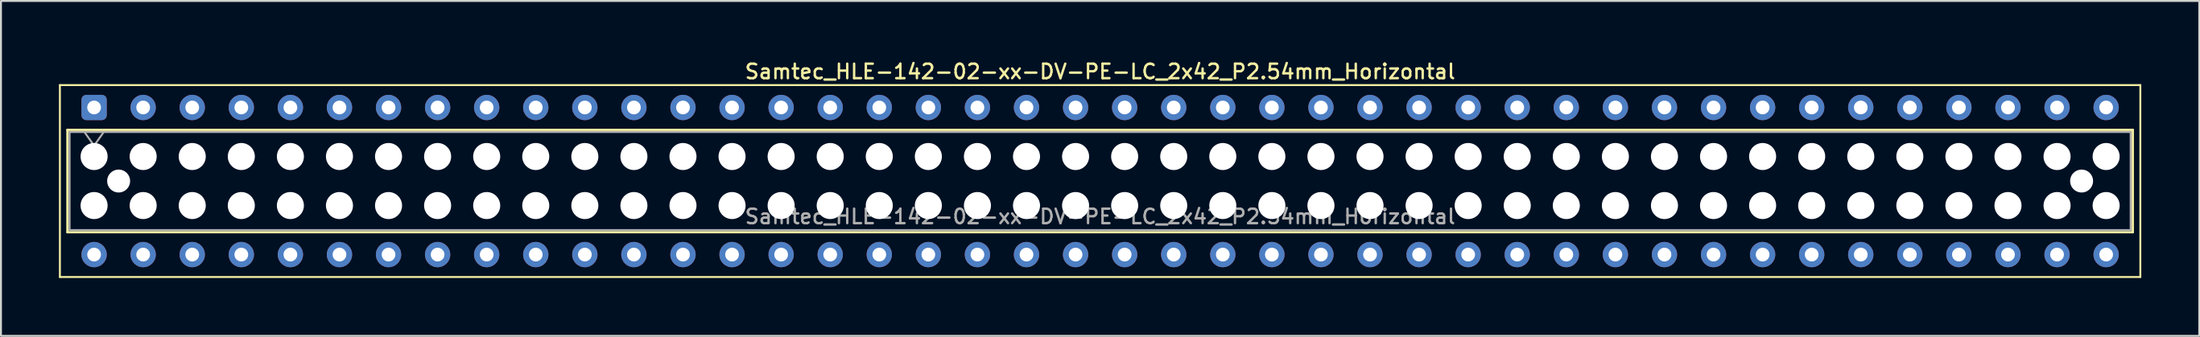
<source format=kicad_pcb>
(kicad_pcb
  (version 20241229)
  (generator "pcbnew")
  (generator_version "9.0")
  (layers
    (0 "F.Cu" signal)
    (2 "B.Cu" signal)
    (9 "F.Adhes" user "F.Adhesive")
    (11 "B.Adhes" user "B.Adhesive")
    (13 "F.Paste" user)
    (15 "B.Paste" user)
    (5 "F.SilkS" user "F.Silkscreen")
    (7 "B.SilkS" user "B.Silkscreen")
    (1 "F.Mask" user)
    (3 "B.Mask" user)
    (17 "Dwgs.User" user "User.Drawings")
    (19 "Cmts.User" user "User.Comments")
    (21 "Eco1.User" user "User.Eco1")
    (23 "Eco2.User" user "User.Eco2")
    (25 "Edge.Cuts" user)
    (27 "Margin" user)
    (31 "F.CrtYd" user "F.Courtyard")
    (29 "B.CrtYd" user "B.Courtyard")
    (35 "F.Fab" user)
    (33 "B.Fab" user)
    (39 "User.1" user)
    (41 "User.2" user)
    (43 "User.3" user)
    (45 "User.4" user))
  (footprint "Samtec_HLE-142-02-xx-DV-PE-LC_2x42_P2.54mm_Horizontal"
    (layer "F.Cu")
    (at 1.82 2.518)
    (property "Reference" "Samtec_HLE-142-02-xx-DV-PE-LC_2x42_P2.54mm_Horizontal" (at 52.07 -1.86 0) (layer "F.SilkS") (effects (font (size 0.75 0.75) (thickness 0.125))))
    (attr through_hole)
    (fp_line (start -1.77 -1.16) (end 105.91 -1.16) (stroke (width 0.1) (type solid)) (layer "F.SilkS"))
    (fp_line (start -1.77 8.78) (end -1.77 -1.16) (stroke (width 0.1) (type solid)) (layer "F.SilkS"))
    (fp_line (start -1.38 1.16) (end 105.52 1.16) (stroke (width 0.12) (type solid)) (layer "F.SilkS"))
    (fp_line (start -1.38 6.46) (end -1.38 1.16) (stroke (width 0.12) (type solid)) (layer "F.SilkS"))
    (fp_line (start 105.52 1.16) (end 105.52 6.46) (stroke (width 0.12) (type solid)) (layer "F.SilkS"))
    (fp_line (start 105.52 6.46) (end -1.38 6.46) (stroke (width 0.12) (type solid)) (layer "F.SilkS"))
    (fp_line (start 105.91 -1.16) (end 105.91 8.78) (stroke (width 0.1) (type solid)) (layer "F.SilkS"))
    (fp_line (start 105.91 8.78) (end -1.77 8.78) (stroke (width 0.1) (type solid)) (layer "F.SilkS"))
    (fp_line (start -1.27 1.27) (end 105.41 1.27) (stroke (width 0.1) (type solid)) (layer "F.Fab"))
    (fp_line (start -1.27 6.35) (end -1.27 1.27) (stroke (width 0.1) (type solid)) (layer "F.Fab"))
    (fp_line (start -0.5 1.27) (end 0 1.977) (stroke (width 0.1) (type solid)) (layer "F.Fab"))
    (fp_line (start 0 1.977) (end 0.5 1.27) (stroke (width 0.1) (type solid)) (layer "F.Fab"))
    (fp_line (start 105.41 1.27) (end 105.41 6.35) (stroke (width 0.1) (type solid)) (layer "F.Fab"))
    (fp_line (start 105.41 6.35) (end -1.27 6.35) (stroke (width 0.1) (type solid)) (layer "F.Fab"))
    (fp_text user "${REFERENCE}" (at 52.07 5.65 0) (layer "F.Fab") (effects (font (size 0.75 0.75) (thickness 0.125))))
    (pad "" np_thru_hole circle (at 0 2.54) (size 1.4 1.4) (drill 1.4) (layers "*.Cu" "*.Mask"))
    (pad "" np_thru_hole circle (at 0 5.08) (size 1.4 1.4) (drill 1.4) (layers "*.Cu" "*.Mask"))
    (pad "" np_thru_hole circle (at 1.27 3.81) (size 1.19 1.19) (drill 1.19) (layers "*.Cu" "*.Mask"))
    (pad "" np_thru_hole circle (at 2.54 2.54) (size 1.4 1.4) (drill 1.4) (layers "*.Cu" "*.Mask"))
    (pad "" np_thru_hole circle (at 2.54 5.08) (size 1.4 1.4) (drill 1.4) (layers "*.Cu" "*.Mask"))
    (pad "" np_thru_hole circle (at 5.08 2.54) (size 1.4 1.4) (drill 1.4) (layers "*.Cu" "*.Mask"))
    (pad "" np_thru_hole circle (at 5.08 5.08) (size 1.4 1.4) (drill 1.4) (layers "*.Cu" "*.Mask"))
    (pad "" np_thru_hole circle (at 7.62 2.54) (size 1.4 1.4) (drill 1.4) (layers "*.Cu" "*.Mask"))
    (pad "" np_thru_hole circle (at 7.62 5.08) (size 1.4 1.4) (drill 1.4) (layers "*.Cu" "*.Mask"))
    (pad "" np_thru_hole circle (at 10.16 2.54) (size 1.4 1.4) (drill 1.4) (layers "*.Cu" "*.Mask"))
    (pad "" np_thru_hole circle (at 10.16 5.08) (size 1.4 1.4) (drill 1.4) (layers "*.Cu" "*.Mask"))
    (pad "" np_thru_hole circle (at 12.7 2.54) (size 1.4 1.4) (drill 1.4) (layers "*.Cu" "*.Mask"))
    (pad "" np_thru_hole circle (at 12.7 5.08) (size 1.4 1.4) (drill 1.4) (layers "*.Cu" "*.Mask"))
    (pad "" np_thru_hole circle (at 15.24 2.54) (size 1.4 1.4) (drill 1.4) (layers "*.Cu" "*.Mask"))
    (pad "" np_thru_hole circle (at 15.24 5.08) (size 1.4 1.4) (drill 1.4) (layers "*.Cu" "*.Mask"))
    (pad "" np_thru_hole circle (at 17.78 2.54) (size 1.4 1.4) (drill 1.4) (layers "*.Cu" "*.Mask"))
    (pad "" np_thru_hole circle (at 17.78 5.08) (size 1.4 1.4) (drill 1.4) (layers "*.Cu" "*.Mask"))
    (pad "" np_thru_hole circle (at 20.32 2.54) (size 1.4 1.4) (drill 1.4) (layers "*.Cu" "*.Mask"))
    (pad "" np_thru_hole circle (at 20.32 5.08) (size 1.4 1.4) (drill 1.4) (layers "*.Cu" "*.Mask"))
    (pad "" np_thru_hole circle (at 22.86 2.54) (size 1.4 1.4) (drill 1.4) (layers "*.Cu" "*.Mask"))
    (pad "" np_thru_hole circle (at 22.86 5.08) (size 1.4 1.4) (drill 1.4) (layers "*.Cu" "*.Mask"))
    (pad "" np_thru_hole circle (at 25.4 2.54) (size 1.4 1.4) (drill 1.4) (layers "*.Cu" "*.Mask"))
    (pad "" np_thru_hole circle (at 25.4 5.08) (size 1.4 1.4) (drill 1.4) (layers "*.Cu" "*.Mask"))
    (pad "" np_thru_hole circle (at 27.94 2.54) (size 1.4 1.4) (drill 1.4) (layers "*.Cu" "*.Mask"))
    (pad "" np_thru_hole circle (at 27.94 5.08) (size 1.4 1.4) (drill 1.4) (layers "*.Cu" "*.Mask"))
    (pad "" np_thru_hole circle (at 30.48 2.54) (size 1.4 1.4) (drill 1.4) (layers "*.Cu" "*.Mask"))
    (pad "" np_thru_hole circle (at 30.48 5.08) (size 1.4 1.4) (drill 1.4) (layers "*.Cu" "*.Mask"))
    (pad "" np_thru_hole circle (at 33.02 2.54) (size 1.4 1.4) (drill 1.4) (layers "*.Cu" "*.Mask"))
    (pad "" np_thru_hole circle (at 33.02 5.08) (size 1.4 1.4) (drill 1.4) (layers "*.Cu" "*.Mask"))
    (pad "" np_thru_hole circle (at 35.56 2.54) (size 1.4 1.4) (drill 1.4) (layers "*.Cu" "*.Mask"))
    (pad "" np_thru_hole circle (at 35.56 5.08) (size 1.4 1.4) (drill 1.4) (layers "*.Cu" "*.Mask"))
    (pad "" np_thru_hole circle (at 38.1 2.54) (size 1.4 1.4) (drill 1.4) (layers "*.Cu" "*.Mask"))
    (pad "" np_thru_hole circle (at 38.1 5.08) (size 1.4 1.4) (drill 1.4) (layers "*.Cu" "*.Mask"))
    (pad "" np_thru_hole circle (at 40.64 2.54) (size 1.4 1.4) (drill 1.4) (layers "*.Cu" "*.Mask"))
    (pad "" np_thru_hole circle (at 40.64 5.08) (size 1.4 1.4) (drill 1.4) (layers "*.Cu" "*.Mask"))
    (pad "" np_thru_hole circle (at 43.18 2.54) (size 1.4 1.4) (drill 1.4) (layers "*.Cu" "*.Mask"))
    (pad "" np_thru_hole circle (at 43.18 5.08) (size 1.4 1.4) (drill 1.4) (layers "*.Cu" "*.Mask"))
    (pad "" np_thru_hole circle (at 45.72 2.54) (size 1.4 1.4) (drill 1.4) (layers "*.Cu" "*.Mask"))
    (pad "" np_thru_hole circle (at 45.72 5.08) (size 1.4 1.4) (drill 1.4) (layers "*.Cu" "*.Mask"))
    (pad "" np_thru_hole circle (at 48.26 2.54) (size 1.4 1.4) (drill 1.4) (layers "*.Cu" "*.Mask"))
    (pad "" np_thru_hole circle (at 48.26 5.08) (size 1.4 1.4) (drill 1.4) (layers "*.Cu" "*.Mask"))
    (pad "" np_thru_hole circle (at 50.8 2.54) (size 1.4 1.4) (drill 1.4) (layers "*.Cu" "*.Mask"))
    (pad "" np_thru_hole circle (at 50.8 5.08) (size 1.4 1.4) (drill 1.4) (layers "*.Cu" "*.Mask"))
    (pad "" np_thru_hole circle (at 53.34 2.54) (size 1.4 1.4) (drill 1.4) (layers "*.Cu" "*.Mask"))
    (pad "" np_thru_hole circle (at 53.34 5.08) (size 1.4 1.4) (drill 1.4) (layers "*.Cu" "*.Mask"))
    (pad "" np_thru_hole circle (at 55.88 2.54) (size 1.4 1.4) (drill 1.4) (layers "*.Cu" "*.Mask"))
    (pad "" np_thru_hole circle (at 55.88 5.08) (size 1.4 1.4) (drill 1.4) (layers "*.Cu" "*.Mask"))
    (pad "" np_thru_hole circle (at 58.42 2.54) (size 1.4 1.4) (drill 1.4) (layers "*.Cu" "*.Mask"))
    (pad "" np_thru_hole circle (at 58.42 5.08) (size 1.4 1.4) (drill 1.4) (layers "*.Cu" "*.Mask"))
    (pad "" np_thru_hole circle (at 60.96 2.54) (size 1.4 1.4) (drill 1.4) (layers "*.Cu" "*.Mask"))
    (pad "" np_thru_hole circle (at 60.96 5.08) (size 1.4 1.4) (drill 1.4) (layers "*.Cu" "*.Mask"))
    (pad "" np_thru_hole circle (at 63.5 2.54) (size 1.4 1.4) (drill 1.4) (layers "*.Cu" "*.Mask"))
    (pad "" np_thru_hole circle (at 63.5 5.08) (size 1.4 1.4) (drill 1.4) (layers "*.Cu" "*.Mask"))
    (pad "" np_thru_hole circle (at 66.04 2.54) (size 1.4 1.4) (drill 1.4) (layers "*.Cu" "*.Mask"))
    (pad "" np_thru_hole circle (at 66.04 5.08) (size 1.4 1.4) (drill 1.4) (layers "*.Cu" "*.Mask"))
    (pad "" np_thru_hole circle (at 68.58 2.54) (size 1.4 1.4) (drill 1.4) (layers "*.Cu" "*.Mask"))
    (pad "" np_thru_hole circle (at 68.58 5.08) (size 1.4 1.4) (drill 1.4) (layers "*.Cu" "*.Mask"))
    (pad "" np_thru_hole circle (at 71.12 2.54) (size 1.4 1.4) (drill 1.4) (layers "*.Cu" "*.Mask"))
    (pad "" np_thru_hole circle (at 71.12 5.08) (size 1.4 1.4) (drill 1.4) (layers "*.Cu" "*.Mask"))
    (pad "" np_thru_hole circle (at 73.66 2.54) (size 1.4 1.4) (drill 1.4) (layers "*.Cu" "*.Mask"))
    (pad "" np_thru_hole circle (at 73.66 5.08) (size 1.4 1.4) (drill 1.4) (layers "*.Cu" "*.Mask"))
    (pad "" np_thru_hole circle (at 76.2 2.54) (size 1.4 1.4) (drill 1.4) (layers "*.Cu" "*.Mask"))
    (pad "" np_thru_hole circle (at 76.2 5.08) (size 1.4 1.4) (drill 1.4) (layers "*.Cu" "*.Mask"))
    (pad "" np_thru_hole circle (at 78.74 2.54) (size 1.4 1.4) (drill 1.4) (layers "*.Cu" "*.Mask"))
    (pad "" np_thru_hole circle (at 78.74 5.08) (size 1.4 1.4) (drill 1.4) (layers "*.Cu" "*.Mask"))
    (pad "" np_thru_hole circle (at 81.28 2.54) (size 1.4 1.4) (drill 1.4) (layers "*.Cu" "*.Mask"))
    (pad "" np_thru_hole circle (at 81.28 5.08) (size 1.4 1.4) (drill 1.4) (layers "*.Cu" "*.Mask"))
    (pad "" np_thru_hole circle (at 83.82 2.54) (size 1.4 1.4) (drill 1.4) (layers "*.Cu" "*.Mask"))
    (pad "" np_thru_hole circle (at 83.82 5.08) (size 1.4 1.4) (drill 1.4) (layers "*.Cu" "*.Mask"))
    (pad "" np_thru_hole circle (at 86.36 2.54) (size 1.4 1.4) (drill 1.4) (layers "*.Cu" "*.Mask"))
    (pad "" np_thru_hole circle (at 86.36 5.08) (size 1.4 1.4) (drill 1.4) (layers "*.Cu" "*.Mask"))
    (pad "" np_thru_hole circle (at 88.9 2.54) (size 1.4 1.4) (drill 1.4) (layers "*.Cu" "*.Mask"))
    (pad "" np_thru_hole circle (at 88.9 5.08) (size 1.4 1.4) (drill 1.4) (layers "*.Cu" "*.Mask"))
    (pad "" np_thru_hole circle (at 91.44 2.54) (size 1.4 1.4) (drill 1.4) (layers "*.Cu" "*.Mask"))
    (pad "" np_thru_hole circle (at 91.44 5.08) (size 1.4 1.4) (drill 1.4) (layers "*.Cu" "*.Mask"))
    (pad "" np_thru_hole circle (at 93.98 2.54) (size 1.4 1.4) (drill 1.4) (layers "*.Cu" "*.Mask"))
    (pad "" np_thru_hole circle (at 93.98 5.08) (size 1.4 1.4) (drill 1.4) (layers "*.Cu" "*.Mask"))
    (pad "" np_thru_hole circle (at 96.52 2.54) (size 1.4 1.4) (drill 1.4) (layers "*.Cu" "*.Mask"))
    (pad "" np_thru_hole circle (at 96.52 5.08) (size 1.4 1.4) (drill 1.4) (layers "*.Cu" "*.Mask"))
    (pad "" np_thru_hole circle (at 99.06 2.54) (size 1.4 1.4) (drill 1.4) (layers "*.Cu" "*.Mask"))
    (pad "" np_thru_hole circle (at 99.06 5.08) (size 1.4 1.4) (drill 1.4) (layers "*.Cu" "*.Mask"))
    (pad "" np_thru_hole circle (at 101.6 2.54) (size 1.4 1.4) (drill 1.4) (layers "*.Cu" "*.Mask"))
    (pad "" np_thru_hole circle (at 101.6 5.08) (size 1.4 1.4) (drill 1.4) (layers "*.Cu" "*.Mask"))
    (pad "" np_thru_hole circle (at 102.87 3.81) (size 1.19 1.19) (drill 1.19) (layers "*.Cu" "*.Mask"))
    (pad "" np_thru_hole circle (at 104.14 2.54) (size 1.4 1.4) (drill 1.4) (layers "*.Cu" "*.Mask"))
    (pad "" np_thru_hole circle (at 104.14 5.08) (size 1.4 1.4) (drill 1.4) (layers "*.Cu" "*.Mask"))
    (pad "1" thru_hole roundrect (at 0 0) (size 1.31 1.31) (drill 0.71) (layers "*.Cu" "*.Mask") (roundrect_rratio 0.191))
    (pad "2" thru_hole circle (at 0 7.62) (size 1.31 1.31) (drill 0.71) (layers "*.Cu" "*.Mask"))
    (pad "3" thru_hole circle (at 2.54 0) (size 1.31 1.31) (drill 0.71) (layers "*.Cu" "*.Mask"))
    (pad "4" thru_hole circle (at 2.54 7.62) (size 1.31 1.31) (drill 0.71) (layers "*.Cu" "*.Mask"))
    (pad "5" thru_hole circle (at 5.08 0) (size 1.31 1.31) (drill 0.71) (layers "*.Cu" "*.Mask"))
    (pad "6" thru_hole circle (at 5.08 7.62) (size 1.31 1.31) (drill 0.71) (layers "*.Cu" "*.Mask"))
    (pad "7" thru_hole circle (at 7.62 0) (size 1.31 1.31) (drill 0.71) (layers "*.Cu" "*.Mask"))
    (pad "8" thru_hole circle (at 7.62 7.62) (size 1.31 1.31) (drill 0.71) (layers "*.Cu" "*.Mask"))
    (pad "9" thru_hole circle (at 10.16 0) (size 1.31 1.31) (drill 0.71) (layers "*.Cu" "*.Mask"))
    (pad "10" thru_hole circle (at 10.16 7.62) (size 1.31 1.31) (drill 0.71) (layers "*.Cu" "*.Mask"))
    (pad "11" thru_hole circle (at 12.7 0) (size 1.31 1.31) (drill 0.71) (layers "*.Cu" "*.Mask"))
    (pad "12" thru_hole circle (at 12.7 7.62) (size 1.31 1.31) (drill 0.71) (layers "*.Cu" "*.Mask"))
    (pad "13" thru_hole circle (at 15.24 0) (size 1.31 1.31) (drill 0.71) (layers "*.Cu" "*.Mask"))
    (pad "14" thru_hole circle (at 15.24 7.62) (size 1.31 1.31) (drill 0.71) (layers "*.Cu" "*.Mask"))
    (pad "15" thru_hole circle (at 17.78 0) (size 1.31 1.31) (drill 0.71) (layers "*.Cu" "*.Mask"))
    (pad "16" thru_hole circle (at 17.78 7.62) (size 1.31 1.31) (drill 0.71) (layers "*.Cu" "*.Mask"))
    (pad "17" thru_hole circle (at 20.32 0) (size 1.31 1.31) (drill 0.71) (layers "*.Cu" "*.Mask"))
    (pad "18" thru_hole circle (at 20.32 7.62) (size 1.31 1.31) (drill 0.71) (layers "*.Cu" "*.Mask"))
    (pad "19" thru_hole circle (at 22.86 0) (size 1.31 1.31) (drill 0.71) (layers "*.Cu" "*.Mask"))
    (pad "20" thru_hole circle (at 22.86 7.62) (size 1.31 1.31) (drill 0.71) (layers "*.Cu" "*.Mask"))
    (pad "21" thru_hole circle (at 25.4 0) (size 1.31 1.31) (drill 0.71) (layers "*.Cu" "*.Mask"))
    (pad "22" thru_hole circle (at 25.4 7.62) (size 1.31 1.31) (drill 0.71) (layers "*.Cu" "*.Mask"))
    (pad "23" thru_hole circle (at 27.94 0) (size 1.31 1.31) (drill 0.71) (layers "*.Cu" "*.Mask"))
    (pad "24" thru_hole circle (at 27.94 7.62) (size 1.31 1.31) (drill 0.71) (layers "*.Cu" "*.Mask"))
    (pad "25" thru_hole circle (at 30.48 0) (size 1.31 1.31) (drill 0.71) (layers "*.Cu" "*.Mask"))
    (pad "26" thru_hole circle (at 30.48 7.62) (size 1.31 1.31) (drill 0.71) (layers "*.Cu" "*.Mask"))
    (pad "27" thru_hole circle (at 33.02 0) (size 1.31 1.31) (drill 0.71) (layers "*.Cu" "*.Mask"))
    (pad "28" thru_hole circle (at 33.02 7.62) (size 1.31 1.31) (drill 0.71) (layers "*.Cu" "*.Mask"))
    (pad "29" thru_hole circle (at 35.56 0) (size 1.31 1.31) (drill 0.71) (layers "*.Cu" "*.Mask"))
    (pad "30" thru_hole circle (at 35.56 7.62) (size 1.31 1.31) (drill 0.71) (layers "*.Cu" "*.Mask"))
    (pad "31" thru_hole circle (at 38.1 0) (size 1.31 1.31) (drill 0.71) (layers "*.Cu" "*.Mask"))
    (pad "32" thru_hole circle (at 38.1 7.62) (size 1.31 1.31) (drill 0.71) (layers "*.Cu" "*.Mask"))
    (pad "33" thru_hole circle (at 40.64 0) (size 1.31 1.31) (drill 0.71) (layers "*.Cu" "*.Mask"))
    (pad "34" thru_hole circle (at 40.64 7.62) (size 1.31 1.31) (drill 0.71) (layers "*.Cu" "*.Mask"))
    (pad "35" thru_hole circle (at 43.18 0) (size 1.31 1.31) (drill 0.71) (layers "*.Cu" "*.Mask"))
    (pad "36" thru_hole circle (at 43.18 7.62) (size 1.31 1.31) (drill 0.71) (layers "*.Cu" "*.Mask"))
    (pad "37" thru_hole circle (at 45.72 0) (size 1.31 1.31) (drill 0.71) (layers "*.Cu" "*.Mask"))
    (pad "38" thru_hole circle (at 45.72 7.62) (size 1.31 1.31) (drill 0.71) (layers "*.Cu" "*.Mask"))
    (pad "39" thru_hole circle (at 48.26 0) (size 1.31 1.31) (drill 0.71) (layers "*.Cu" "*.Mask"))
    (pad "40" thru_hole circle (at 48.26 7.62) (size 1.31 1.31) (drill 0.71) (layers "*.Cu" "*.Mask"))
    (pad "41" thru_hole circle (at 50.8 0) (size 1.31 1.31) (drill 0.71) (layers "*.Cu" "*.Mask"))
    (pad "42" thru_hole circle (at 50.8 7.62) (size 1.31 1.31) (drill 0.71) (layers "*.Cu" "*.Mask"))
    (pad "43" thru_hole circle (at 53.34 0) (size 1.31 1.31) (drill 0.71) (layers "*.Cu" "*.Mask"))
    (pad "44" thru_hole circle (at 53.34 7.62) (size 1.31 1.31) (drill 0.71) (layers "*.Cu" "*.Mask"))
    (pad "45" thru_hole circle (at 55.88 0) (size 1.31 1.31) (drill 0.71) (layers "*.Cu" "*.Mask"))
    (pad "46" thru_hole circle (at 55.88 7.62) (size 1.31 1.31) (drill 0.71) (layers "*.Cu" "*.Mask"))
    (pad "47" thru_hole circle (at 58.42 0) (size 1.31 1.31) (drill 0.71) (layers "*.Cu" "*.Mask"))
    (pad "48" thru_hole circle (at 58.42 7.62) (size 1.31 1.31) (drill 0.71) (layers "*.Cu" "*.Mask"))
    (pad "49" thru_hole circle (at 60.96 0) (size 1.31 1.31) (drill 0.71) (layers "*.Cu" "*.Mask"))
    (pad "50" thru_hole circle (at 60.96 7.62) (size 1.31 1.31) (drill 0.71) (layers "*.Cu" "*.Mask"))
    (pad "51" thru_hole circle (at 63.5 0) (size 1.31 1.31) (drill 0.71) (layers "*.Cu" "*.Mask"))
    (pad "52" thru_hole circle (at 63.5 7.62) (size 1.31 1.31) (drill 0.71) (layers "*.Cu" "*.Mask"))
    (pad "53" thru_hole circle (at 66.04 0) (size 1.31 1.31) (drill 0.71) (layers "*.Cu" "*.Mask"))
    (pad "54" thru_hole circle (at 66.04 7.62) (size 1.31 1.31) (drill 0.71) (layers "*.Cu" "*.Mask"))
    (pad "55" thru_hole circle (at 68.58 0) (size 1.31 1.31) (drill 0.71) (layers "*.Cu" "*.Mask"))
    (pad "56" thru_hole circle (at 68.58 7.62) (size 1.31 1.31) (drill 0.71) (layers "*.Cu" "*.Mask"))
    (pad "57" thru_hole circle (at 71.12 0) (size 1.31 1.31) (drill 0.71) (layers "*.Cu" "*.Mask"))
    (pad "58" thru_hole circle (at 71.12 7.62) (size 1.31 1.31) (drill 0.71) (layers "*.Cu" "*.Mask"))
    (pad "59" thru_hole circle (at 73.66 0) (size 1.31 1.31) (drill 0.71) (layers "*.Cu" "*.Mask"))
    (pad "60" thru_hole circle (at 73.66 7.62) (size 1.31 1.31) (drill 0.71) (layers "*.Cu" "*.Mask"))
    (pad "61" thru_hole circle (at 76.2 0) (size 1.31 1.31) (drill 0.71) (layers "*.Cu" "*.Mask"))
    (pad "62" thru_hole circle (at 76.2 7.62) (size 1.31 1.31) (drill 0.71) (layers "*.Cu" "*.Mask"))
    (pad "63" thru_hole circle (at 78.74 0) (size 1.31 1.31) (drill 0.71) (layers "*.Cu" "*.Mask"))
    (pad "64" thru_hole circle (at 78.74 7.62) (size 1.31 1.31) (drill 0.71) (layers "*.Cu" "*.Mask"))
    (pad "65" thru_hole circle (at 81.28 0) (size 1.31 1.31) (drill 0.71) (layers "*.Cu" "*.Mask"))
    (pad "66" thru_hole circle (at 81.28 7.62) (size 1.31 1.31) (drill 0.71) (layers "*.Cu" "*.Mask"))
    (pad "67" thru_hole circle (at 83.82 0) (size 1.31 1.31) (drill 0.71) (layers "*.Cu" "*.Mask"))
    (pad "68" thru_hole circle (at 83.82 7.62) (size 1.31 1.31) (drill 0.71) (layers "*.Cu" "*.Mask"))
    (pad "69" thru_hole circle (at 86.36 0) (size 1.31 1.31) (drill 0.71) (layers "*.Cu" "*.Mask"))
    (pad "70" thru_hole circle (at 86.36 7.62) (size 1.31 1.31) (drill 0.71) (layers "*.Cu" "*.Mask"))
    (pad "71" thru_hole circle (at 88.9 0) (size 1.31 1.31) (drill 0.71) (layers "*.Cu" "*.Mask"))
    (pad "72" thru_hole circle (at 88.9 7.62) (size 1.31 1.31) (drill 0.71) (layers "*.Cu" "*.Mask"))
    (pad "73" thru_hole circle (at 91.44 0) (size 1.31 1.31) (drill 0.71) (layers "*.Cu" "*.Mask"))
    (pad "74" thru_hole circle (at 91.44 7.62) (size 1.31 1.31) (drill 0.71) (layers "*.Cu" "*.Mask"))
    (pad "75" thru_hole circle (at 93.98 0) (size 1.31 1.31) (drill 0.71) (layers "*.Cu" "*.Mask"))
    (pad "76" thru_hole circle (at 93.98 7.62) (size 1.31 1.31) (drill 0.71) (layers "*.Cu" "*.Mask"))
    (pad "77" thru_hole circle (at 96.52 0) (size 1.31 1.31) (drill 0.71) (layers "*.Cu" "*.Mask"))
    (pad "78" thru_hole circle (at 96.52 7.62) (size 1.31 1.31) (drill 0.71) (layers "*.Cu" "*.Mask"))
    (pad "79" thru_hole circle (at 99.06 0) (size 1.31 1.31) (drill 0.71) (layers "*.Cu" "*.Mask"))
    (pad "80" thru_hole circle (at 99.06 7.62) (size 1.31 1.31) (drill 0.71) (layers "*.Cu" "*.Mask"))
    (pad "81" thru_hole circle (at 101.6 0) (size 1.31 1.31) (drill 0.71) (layers "*.Cu" "*.Mask"))
    (pad "82" thru_hole circle (at 101.6 7.62) (size 1.31 1.31) (drill 0.71) (layers "*.Cu" "*.Mask"))
    (pad "83" thru_hole circle (at 104.14 0) (size 1.31 1.31) (drill 0.71) (layers "*.Cu" "*.Mask"))
    (pad "84" thru_hole circle (at 104.14 7.62) (size 1.31 1.31) (drill 0.71) (layers "*.Cu" "*.Mask")))
  (gr_rect
    (start -3 -3)
    (end 110.78 14.348)
    (stroke (width 0.1) (type default))
    (fill no)
    (layer "Edge.Cuts")))
</source>
